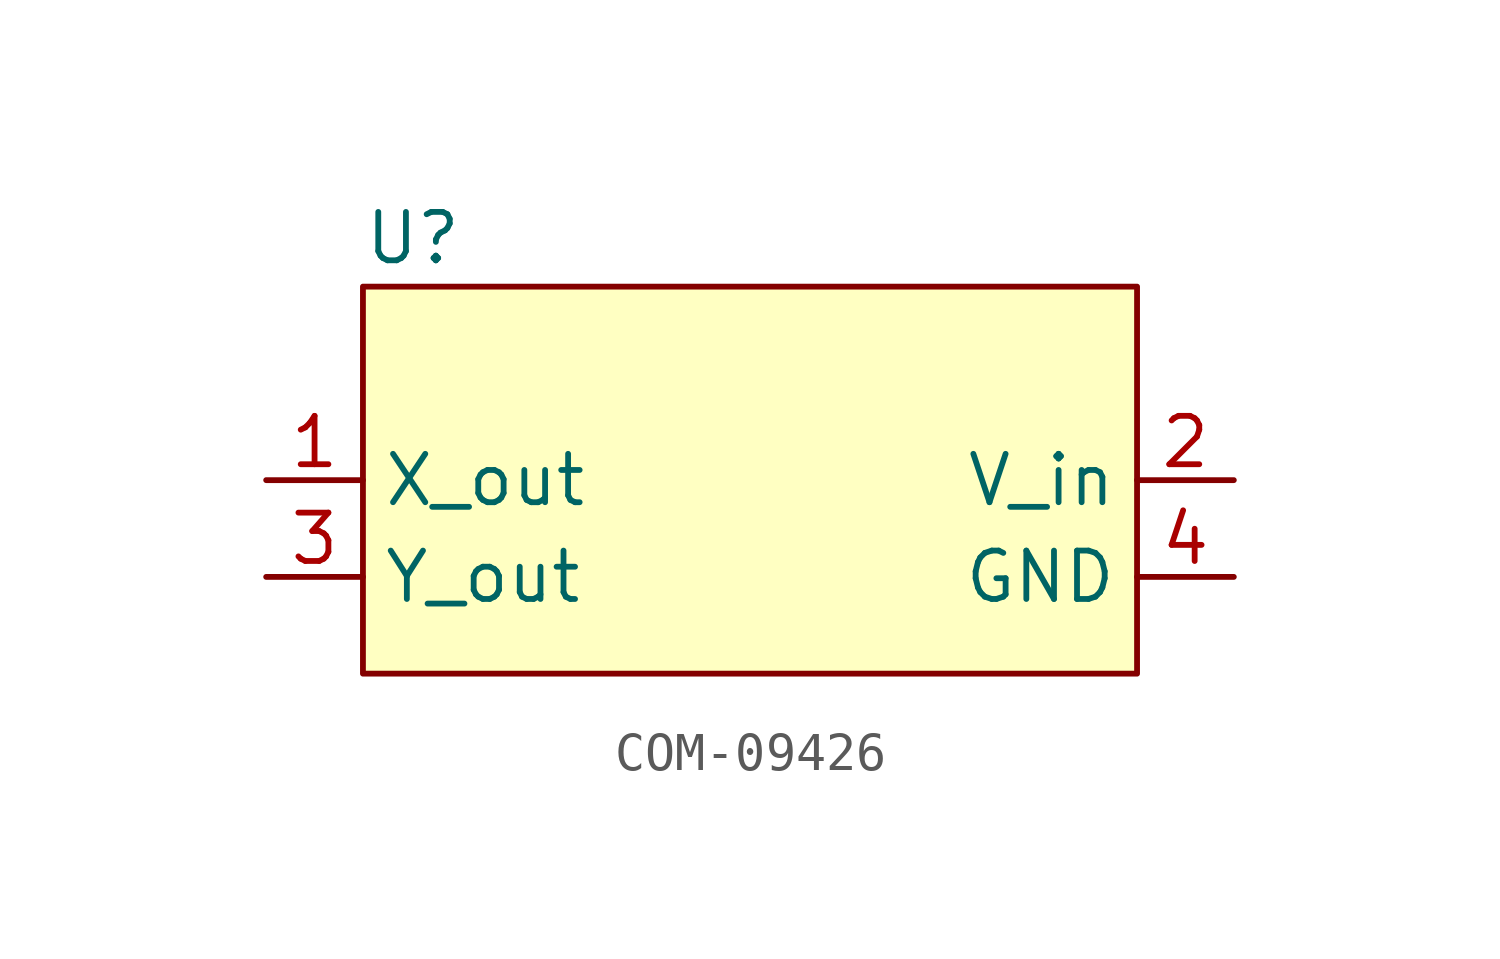
<source format=kicad_sym>
(kicad_symbol_lib
  (version 20241209)
  (generator "kicad_symbol_editor")
  (generator_version "9.0")
  (symbol "COM-09426"
    (property "Reference" "U"
      (at -10.16 6.35 0)
      (effects (font (size 1.27 1.27)) (justify left)))
    (property "Value" ""
      (at 0 0 0)
      (effects (font (size 1.27 1.27))))
    (symbol "COM-09426_1_1"
      (rectangle (start -10.16 5.08) (end 10.16 -5.08) (stroke (width 0) (type solid)) (fill (type background)))
      (pin output line (at -12.7 0 0) (length 2.54) (name "X_out" (effects (font (size 1.27 1.27)))) (number "1" (effects (font (size 1.27 1.27)))))
      (pin output line (at -12.7 -2.54 0) (length 2.54) (name "Y_out" (effects (font (size 1.27 1.27)))) (number "3" (effects (font (size 1.27 1.27)))))
      (pin power_in line (at 12.7 0 180) (length 2.54) (name "V_in" (effects (font (size 1.27 1.27)))) (number "2" (effects (font (size 1.27 1.27)))))
      (pin power_in line (at 12.7 -2.54 180) (length 2.54) (name "GND" (effects (font (size 1.27 1.27)))) (number "4" (effects (font (size 1.27 1.27))))))))
</source>
